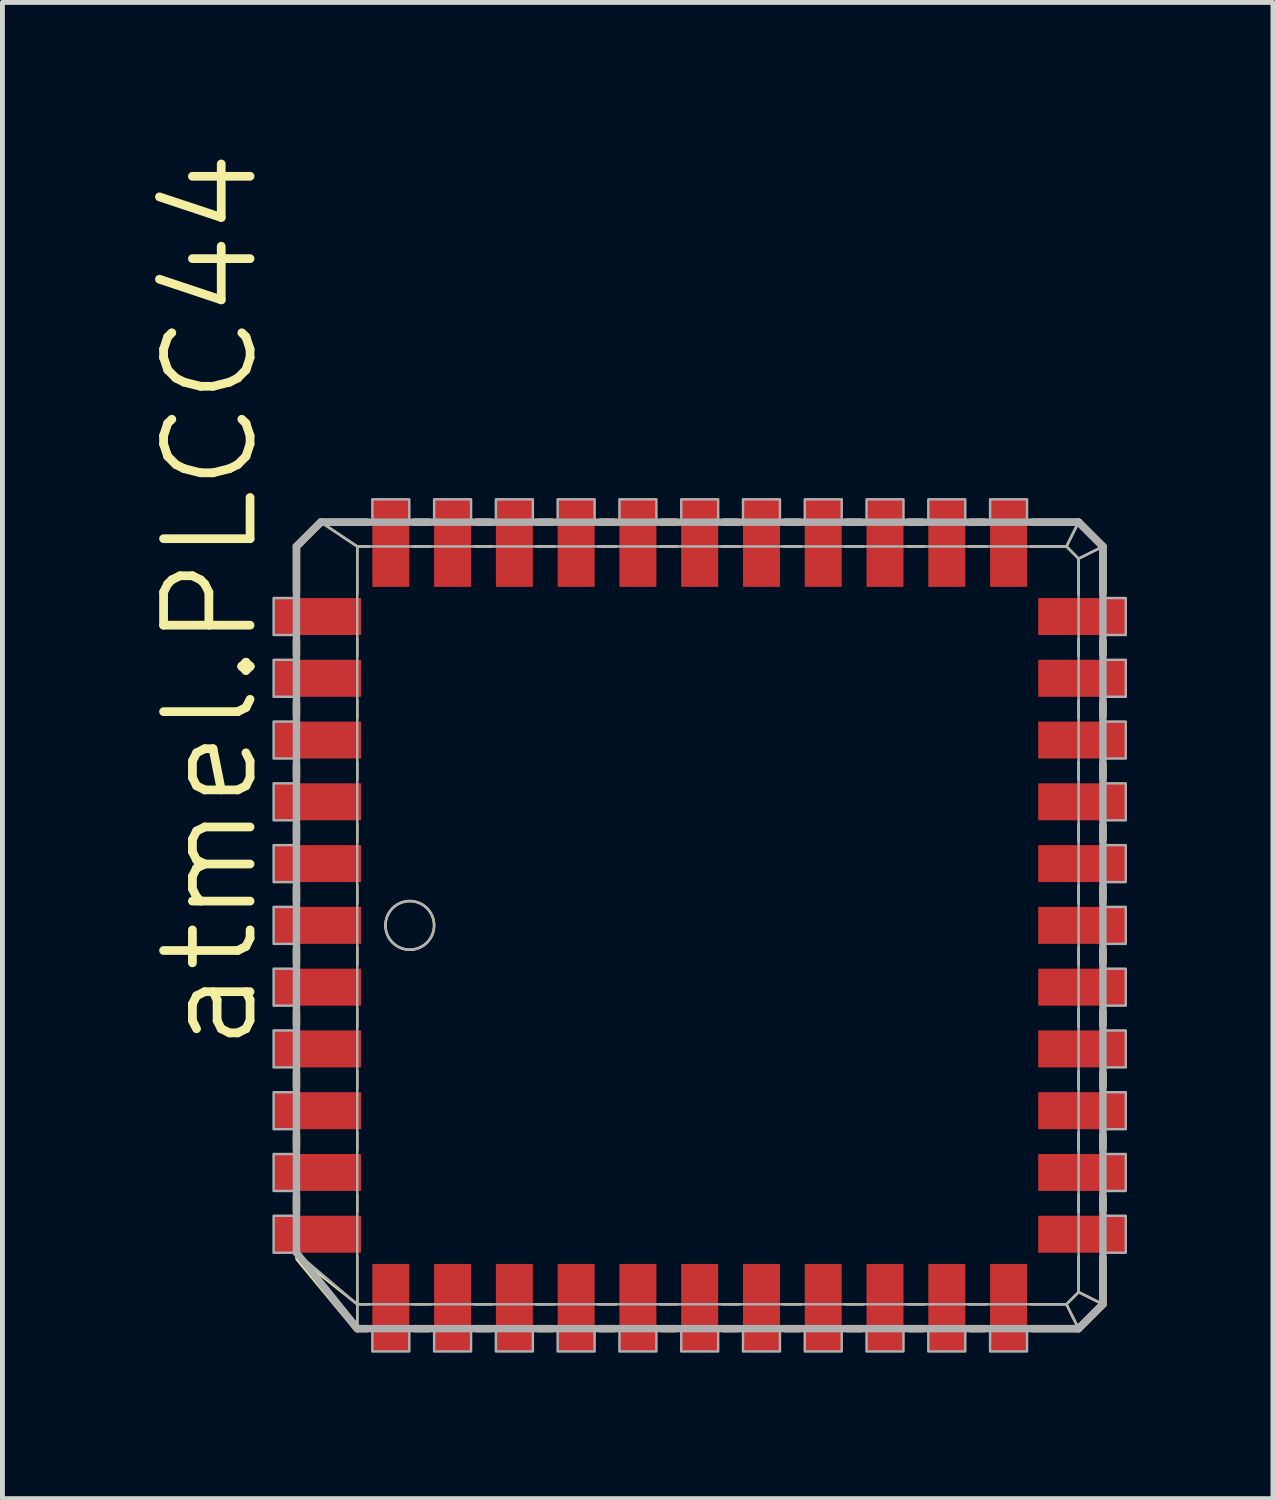
<source format=kicad_pcb>
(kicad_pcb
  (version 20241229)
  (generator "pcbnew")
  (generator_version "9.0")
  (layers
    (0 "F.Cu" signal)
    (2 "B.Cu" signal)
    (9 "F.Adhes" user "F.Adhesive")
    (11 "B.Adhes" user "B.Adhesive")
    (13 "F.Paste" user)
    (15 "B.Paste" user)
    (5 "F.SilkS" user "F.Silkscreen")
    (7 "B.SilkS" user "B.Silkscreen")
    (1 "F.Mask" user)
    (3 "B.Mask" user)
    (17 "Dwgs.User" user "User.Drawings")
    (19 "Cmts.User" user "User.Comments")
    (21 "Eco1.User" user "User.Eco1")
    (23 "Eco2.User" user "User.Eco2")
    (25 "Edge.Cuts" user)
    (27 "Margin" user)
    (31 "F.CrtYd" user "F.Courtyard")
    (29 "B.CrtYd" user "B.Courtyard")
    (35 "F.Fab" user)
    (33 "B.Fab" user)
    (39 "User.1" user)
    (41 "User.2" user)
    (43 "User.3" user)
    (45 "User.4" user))
  (footprint "atmel.PLCC44"
    (layer "F.Cu")
    (at 11.335 15.975)
    (property "Reference" "atmel.PLCC44" (at -9.017 2.667 90) (layer "F.SilkS") (effects (font (size 1.778 1.778) (thickness 0.18)) (justify left bottom)))
    (attr smd)
    (fp_line (start -8.29 -7.79) (end -7.79 -8.29) (stroke (width 0.152) (type default)) (layer "F.SilkS"))
    (fp_line (start -8.29 -6.841) (end -8.29 -7.79) (stroke (width 0.152) (type default)) (layer "F.SilkS"))
    (fp_line (start -8.29 -5.571) (end -8.29 -5.859) (stroke (width 0.152) (type default)) (layer "F.SilkS"))
    (fp_line (start -8.29 -4.301) (end -8.29 -4.589) (stroke (width 0.152) (type default)) (layer "F.SilkS"))
    (fp_line (start -8.29 -3.031) (end -8.29 -3.319) (stroke (width 0.152) (type default)) (layer "F.SilkS"))
    (fp_line (start -8.29 -1.761) (end -8.29 -2.049) (stroke (width 0.152) (type default)) (layer "F.SilkS"))
    (fp_line (start -8.29 -0.491) (end -8.29 -0.779) (stroke (width 0.152) (type default)) (layer "F.SilkS"))
    (fp_line (start -8.29 0.779) (end -8.29 0.491) (stroke (width 0.152) (type default)) (layer "F.SilkS"))
    (fp_line (start -8.29 2.049) (end -8.29 1.761) (stroke (width 0.152) (type default)) (layer "F.SilkS"))
    (fp_line (start -8.29 3.319) (end -8.29 3.031) (stroke (width 0.152) (type default)) (layer "F.SilkS"))
    (fp_line (start -8.29 4.589) (end -8.29 4.301) (stroke (width 0.152) (type default)) (layer "F.SilkS"))
    (fp_line (start -8.29 5.859) (end -8.29 5.571) (stroke (width 0.152) (type default)) (layer "F.SilkS"))
    (fp_line (start -7.79 -8.29) (end -7.04 -7.79) (stroke (width 0.051) (type default)) (layer "F.SilkS"))
    (fp_line (start -7.79 -8.29) (end -6.841 -8.29) (stroke (width 0.152) (type default)) (layer "F.SilkS"))
    (fp_line (start -7.04 -7.79) (end -6.801 -7.79) (stroke (width 0.051) (type default)) (layer "F.SilkS"))
    (fp_line (start -7.04 -6.801) (end -7.04 -7.79) (stroke (width 0.051) (type default)) (layer "F.SilkS"))
    (fp_line (start -7.04 -5.531) (end -7.04 -5.899) (stroke (width 0.051) (type default)) (layer "F.SilkS"))
    (fp_line (start -7.04 -4.261) (end -7.04 -4.629) (stroke (width 0.051) (type default)) (layer "F.SilkS"))
    (fp_line (start -7.04 -2.991) (end -7.04 -3.359) (stroke (width 0.051) (type default)) (layer "F.SilkS"))
    (fp_line (start -7.04 -1.721) (end -7.04 -2.089) (stroke (width 0.051) (type default)) (layer "F.SilkS"))
    (fp_line (start -7.04 -0.451) (end -7.04 -0.819) (stroke (width 0.051) (type default)) (layer "F.SilkS"))
    (fp_line (start -7.04 0.819) (end -7.04 0.451) (stroke (width 0.051) (type default)) (layer "F.SilkS"))
    (fp_line (start -7.04 2.089) (end -7.04 1.721) (stroke (width 0.051) (type default)) (layer "F.SilkS"))
    (fp_line (start -7.04 3.359) (end -7.04 2.991) (stroke (width 0.051) (type default)) (layer "F.SilkS"))
    (fp_line (start -7.04 4.629) (end -7.04 4.261) (stroke (width 0.051) (type default)) (layer "F.SilkS"))
    (fp_line (start -7.04 5.899) (end -7.04 5.531) (stroke (width 0.051) (type default)) (layer "F.SilkS"))
    (fp_line (start -7.04 7.79) (end -8.219 6.852) (stroke (width 0.051) (type default)) (layer "F.SilkS"))
    (fp_line (start -7.04 7.79) (end -7.04 6.801) (stroke (width 0.051) (type default)) (layer "F.SilkS"))
    (fp_line (start -7.04 8.29) (end -8.24 6.841) (stroke (width 0.152) (type default)) (layer "F.SilkS"))
    (fp_line (start -7.04 8.29) (end -7.04 7.79) (stroke (width 0.051) (type default)) (layer "F.SilkS"))
    (fp_line (start -6.841 8.29) (end -7.04 8.29) (stroke (width 0.152) (type default)) (layer "F.SilkS"))
    (fp_line (start -6.801 7.79) (end -7.04 7.79) (stroke (width 0.051) (type default)) (layer "F.SilkS"))
    (fp_line (start -5.899 -7.79) (end -5.531 -7.79) (stroke (width 0.051) (type default)) (layer "F.SilkS"))
    (fp_line (start -5.859 -8.29) (end -5.571 -8.29) (stroke (width 0.152) (type default)) (layer "F.SilkS"))
    (fp_line (start -5.571 8.29) (end -5.859 8.29) (stroke (width 0.152) (type default)) (layer "F.SilkS"))
    (fp_line (start -5.531 7.79) (end -5.899 7.79) (stroke (width 0.051) (type default)) (layer "F.SilkS"))
    (fp_line (start -4.629 -7.79) (end -4.261 -7.79) (stroke (width 0.051) (type default)) (layer "F.SilkS"))
    (fp_line (start -4.589 -8.29) (end -4.301 -8.29) (stroke (width 0.152) (type default)) (layer "F.SilkS"))
    (fp_line (start -4.301 8.29) (end -4.589 8.29) (stroke (width 0.152) (type default)) (layer "F.SilkS"))
    (fp_line (start -4.261 7.79) (end -4.629 7.79) (stroke (width 0.051) (type default)) (layer "F.SilkS"))
    (fp_line (start -3.359 -7.79) (end -2.991 -7.79) (stroke (width 0.051) (type default)) (layer "F.SilkS"))
    (fp_line (start -3.319 -8.29) (end -3.031 -8.29) (stroke (width 0.152) (type default)) (layer "F.SilkS"))
    (fp_line (start -3.031 8.29) (end -3.319 8.29) (stroke (width 0.152) (type default)) (layer "F.SilkS"))
    (fp_line (start -2.991 7.79) (end -3.359 7.79) (stroke (width 0.051) (type default)) (layer "F.SilkS"))
    (fp_line (start -2.089 -7.79) (end -1.721 -7.79) (stroke (width 0.051) (type default)) (layer "F.SilkS"))
    (fp_line (start -2.049 -8.29) (end -1.761 -8.29) (stroke (width 0.152) (type default)) (layer "F.SilkS"))
    (fp_line (start -1.761 8.29) (end -2.049 8.29) (stroke (width 0.152) (type default)) (layer "F.SilkS"))
    (fp_line (start -1.721 7.79) (end -2.089 7.79) (stroke (width 0.051) (type default)) (layer "F.SilkS"))
    (fp_line (start -0.819 -7.79) (end -0.451 -7.79) (stroke (width 0.051) (type default)) (layer "F.SilkS"))
    (fp_line (start -0.779 -8.29) (end -0.491 -8.29) (stroke (width 0.152) (type default)) (layer "F.SilkS"))
    (fp_line (start -0.491 8.29) (end -0.779 8.29) (stroke (width 0.152) (type default)) (layer "F.SilkS"))
    (fp_line (start -0.451 7.79) (end -0.819 7.79) (stroke (width 0.051) (type default)) (layer "F.SilkS"))
    (fp_line (start 0.451 -7.79) (end 0.819 -7.79) (stroke (width 0.051) (type default)) (layer "F.SilkS"))
    (fp_line (start 0.491 -8.29) (end 0.779 -8.29) (stroke (width 0.152) (type default)) (layer "F.SilkS"))
    (fp_line (start 0.779 8.29) (end 0.491 8.29) (stroke (width 0.152) (type default)) (layer "F.SilkS"))
    (fp_line (start 0.819 7.79) (end 0.451 7.79) (stroke (width 0.051) (type default)) (layer "F.SilkS"))
    (fp_line (start 1.721 -7.79) (end 2.089 -7.79) (stroke (width 0.051) (type default)) (layer "F.SilkS"))
    (fp_line (start 1.761 -8.29) (end 2.049 -8.29) (stroke (width 0.152) (type default)) (layer "F.SilkS"))
    (fp_line (start 2.049 8.29) (end 1.761 8.29) (stroke (width 0.152) (type default)) (layer "F.SilkS"))
    (fp_line (start 2.089 7.79) (end 1.721 7.79) (stroke (width 0.051) (type default)) (layer "F.SilkS"))
    (fp_line (start 2.991 -7.79) (end 3.359 -7.79) (stroke (width 0.051) (type default)) (layer "F.SilkS"))
    (fp_line (start 3.031 -8.29) (end 3.319 -8.29) (stroke (width 0.152) (type default)) (layer "F.SilkS"))
    (fp_line (start 3.319 8.29) (end 3.031 8.29) (stroke (width 0.152) (type default)) (layer "F.SilkS"))
    (fp_line (start 3.359 7.79) (end 2.991 7.79) (stroke (width 0.051) (type default)) (layer "F.SilkS"))
    (fp_line (start 4.261 -7.79) (end 4.629 -7.79) (stroke (width 0.051) (type default)) (layer "F.SilkS"))
    (fp_line (start 4.301 -8.29) (end 4.589 -8.29) (stroke (width 0.152) (type default)) (layer "F.SilkS"))
    (fp_line (start 4.589 8.29) (end 4.301 8.29) (stroke (width 0.152) (type default)) (layer "F.SilkS"))
    (fp_line (start 4.629 7.79) (end 4.261 7.79) (stroke (width 0.051) (type default)) (layer "F.SilkS"))
    (fp_line (start 5.531 -7.79) (end 5.899 -7.79) (stroke (width 0.051) (type default)) (layer "F.SilkS"))
    (fp_line (start 5.571 -8.29) (end 5.859 -8.29) (stroke (width 0.152) (type default)) (layer "F.SilkS"))
    (fp_line (start 5.859 8.29) (end 5.571 8.29) (stroke (width 0.152) (type default)) (layer "F.SilkS"))
    (fp_line (start 5.899 7.79) (end 5.531 7.79) (stroke (width 0.051) (type default)) (layer "F.SilkS"))
    (fp_line (start 6.801 -7.79) (end 7.54 -7.79) (stroke (width 0.051) (type default)) (layer "F.SilkS"))
    (fp_line (start 6.841 -8.29) (end 7.79 -8.29) (stroke (width 0.152) (type default)) (layer "F.SilkS"))
    (fp_line (start 7.54 -7.79) (end 7.79 -8.29) (stroke (width 0.051) (type default)) (layer "F.SilkS"))
    (fp_line (start 7.54 -7.79) (end 7.79 -7.54) (stroke (width 0.051) (type default)) (layer "F.SilkS"))
    (fp_line (start 7.54 7.79) (end 6.801 7.79) (stroke (width 0.051) (type default)) (layer "F.SilkS"))
    (fp_line (start 7.79 -8.29) (end 8.29 -7.79) (stroke (width 0.152) (type default)) (layer "F.SilkS"))
    (fp_line (start 7.79 -7.54) (end 7.79 -6.801) (stroke (width 0.051) (type default)) (layer "F.SilkS"))
    (fp_line (start 7.79 -7.54) (end 8.29 -7.79) (stroke (width 0.051) (type default)) (layer "F.SilkS"))
    (fp_line (start 7.79 -5.899) (end 7.79 -5.531) (stroke (width 0.051) (type default)) (layer "F.SilkS"))
    (fp_line (start 7.79 -4.629) (end 7.79 -4.261) (stroke (width 0.051) (type default)) (layer "F.SilkS"))
    (fp_line (start 7.79 -3.359) (end 7.79 -2.991) (stroke (width 0.051) (type default)) (layer "F.SilkS"))
    (fp_line (start 7.79 -2.089) (end 7.79 -1.721) (stroke (width 0.051) (type default)) (layer "F.SilkS"))
    (fp_line (start 7.79 -0.819) (end 7.79 -0.451) (stroke (width 0.051) (type default)) (layer "F.SilkS"))
    (fp_line (start 7.79 0.451) (end 7.79 0.819) (stroke (width 0.051) (type default)) (layer "F.SilkS"))
    (fp_line (start 7.79 1.721) (end 7.79 2.089) (stroke (width 0.051) (type default)) (layer "F.SilkS"))
    (fp_line (start 7.79 2.991) (end 7.79 3.359) (stroke (width 0.051) (type default)) (layer "F.SilkS"))
    (fp_line (start 7.79 4.261) (end 7.79 4.629) (stroke (width 0.051) (type default)) (layer "F.SilkS"))
    (fp_line (start 7.79 5.531) (end 7.79 5.899) (stroke (width 0.051) (type default)) (layer "F.SilkS"))
    (fp_line (start 7.79 6.801) (end 7.79 7.54) (stroke (width 0.051) (type default)) (layer "F.SilkS"))
    (fp_line (start 7.79 7.54) (end 7.54 7.79) (stroke (width 0.051) (type default)) (layer "F.SilkS"))
    (fp_line (start 7.79 8.29) (end 6.841 8.29) (stroke (width 0.152) (type default)) (layer "F.SilkS"))
    (fp_line (start 7.79 8.29) (end 7.54 7.79) (stroke (width 0.051) (type default)) (layer "F.SilkS"))
    (fp_line (start 8.29 -7.79) (end 8.29 -6.841) (stroke (width 0.152) (type default)) (layer "F.SilkS"))
    (fp_line (start 8.29 -5.859) (end 8.29 -5.571) (stroke (width 0.152) (type default)) (layer "F.SilkS"))
    (fp_line (start 8.29 -4.589) (end 8.29 -4.301) (stroke (width 0.152) (type default)) (layer "F.SilkS"))
    (fp_line (start 8.29 -3.319) (end 8.29 -3.031) (stroke (width 0.152) (type default)) (layer "F.SilkS"))
    (fp_line (start 8.29 -2.049) (end 8.29 -1.761) (stroke (width 0.152) (type default)) (layer "F.SilkS"))
    (fp_line (start 8.29 -0.779) (end 8.29 -0.491) (stroke (width 0.152) (type default)) (layer "F.SilkS"))
    (fp_line (start 8.29 0.491) (end 8.29 0.779) (stroke (width 0.152) (type default)) (layer "F.SilkS"))
    (fp_line (start 8.29 1.761) (end 8.29 2.049) (stroke (width 0.152) (type default)) (layer "F.SilkS"))
    (fp_line (start 8.29 3.031) (end 8.29 3.319) (stroke (width 0.152) (type default)) (layer "F.SilkS"))
    (fp_line (start 8.29 4.301) (end 8.29 4.589) (stroke (width 0.152) (type default)) (layer "F.SilkS"))
    (fp_line (start 8.29 5.571) (end 8.29 5.859) (stroke (width 0.152) (type default)) (layer "F.SilkS"))
    (fp_line (start 8.29 6.841) (end 8.29 7.79) (stroke (width 0.152) (type default)) (layer "F.SilkS"))
    (fp_line (start 8.29 7.79) (end 7.79 7.54) (stroke (width 0.051) (type default)) (layer "F.SilkS"))
    (fp_line (start 8.29 7.79) (end 7.79 8.29) (stroke (width 0.152) (type default)) (layer "F.SilkS"))
    (fp_circle (center -5.96 0) (end -5.46 0) (stroke (width 0.051) (type default)) (fill no) (layer "F.SilkS"))
    (fp_line (start -8.29 -7.79) (end -7.79 -8.29) (stroke (width 0.152) (type default)) (layer "F.Fab"))
    (fp_line (start -8.29 6.73) (end -8.29 -7.79) (stroke (width 0.152) (type default)) (layer "F.Fab"))
    (fp_line (start -7.79 -8.29) (end -7.04 -7.79) (stroke (width 0.051) (type default)) (layer "F.Fab"))
    (fp_line (start -7.79 -8.29) (end 7.79 -8.29) (stroke (width 0.152) (type default)) (layer "F.Fab"))
    (fp_line (start -7.04 -7.79) (end 7.54 -7.79) (stroke (width 0.051) (type default)) (layer "F.Fab"))
    (fp_line (start -7.04 7.79) (end -8.29 6.73) (stroke (width 0.051) (type default)) (layer "F.Fab"))
    (fp_line (start -7.04 7.79) (end -7.04 -7.79) (stroke (width 0.051) (type default)) (layer "F.Fab"))
    (fp_line (start -7.04 8.29) (end -8.29 6.73) (stroke (width 0.152) (type default)) (layer "F.Fab"))
    (fp_line (start -7.04 8.29) (end -7.04 7.79) (stroke (width 0.051) (type default)) (layer "F.Fab"))
    (fp_line (start 7.54 -7.79) (end 7.79 -8.29) (stroke (width 0.051) (type default)) (layer "F.Fab"))
    (fp_line (start 7.54 -7.79) (end 7.79 -7.54) (stroke (width 0.051) (type default)) (layer "F.Fab"))
    (fp_line (start 7.54 7.79) (end -7.04 7.79) (stroke (width 0.051) (type default)) (layer "F.Fab"))
    (fp_line (start 7.79 -8.29) (end 8.29 -7.79) (stroke (width 0.152) (type default)) (layer "F.Fab"))
    (fp_line (start 7.79 -7.54) (end 7.79 7.54) (stroke (width 0.051) (type default)) (layer "F.Fab"))
    (fp_line (start 7.79 -7.54) (end 8.29 -7.79) (stroke (width 0.051) (type default)) (layer "F.Fab"))
    (fp_line (start 7.79 7.54) (end 7.54 7.79) (stroke (width 0.051) (type default)) (layer "F.Fab"))
    (fp_line (start 7.79 8.29) (end -7.04 8.29) (stroke (width 0.152) (type default)) (layer "F.Fab"))
    (fp_line (start 7.79 8.29) (end 7.54 7.79) (stroke (width 0.051) (type default)) (layer "F.Fab"))
    (fp_line (start 8.29 -7.79) (end 8.29 7.79) (stroke (width 0.152) (type default)) (layer "F.Fab"))
    (fp_line (start 8.29 7.79) (end 7.79 7.54) (stroke (width 0.051) (type default)) (layer "F.Fab"))
    (fp_line (start 8.29 7.79) (end 7.79 8.29) (stroke (width 0.152) (type default)) (layer "F.Fab"))
    (fp_rect (start -8.76 -5.97) (end -8.29 -6.73) (stroke (width 0.05) (type default)) (fill no) (layer "F.Fab"))
    (fp_rect (start -8.76 -4.7) (end -8.29 -5.46) (stroke (width 0.05) (type default)) (fill no) (layer "F.Fab"))
    (fp_rect (start -8.76 -3.43) (end -8.29 -4.19) (stroke (width 0.05) (type default)) (fill no) (layer "F.Fab"))
    (fp_rect (start -8.76 -2.16) (end -8.29 -2.92) (stroke (width 0.05) (type default)) (fill no) (layer "F.Fab"))
    (fp_rect (start -8.76 -0.89) (end -8.29 -1.65) (stroke (width 0.05) (type default)) (fill no) (layer "F.Fab"))
    (fp_rect (start -8.76 0.38) (end -8.29 -0.38) (stroke (width 0.05) (type default)) (fill no) (layer "F.Fab"))
    (fp_rect (start -8.76 1.65) (end -8.29 0.89) (stroke (width 0.05) (type default)) (fill no) (layer "F.Fab"))
    (fp_rect (start -8.76 2.92) (end -8.29 2.16) (stroke (width 0.05) (type default)) (fill no) (layer "F.Fab"))
    (fp_rect (start -8.76 4.19) (end -8.29 3.43) (stroke (width 0.05) (type default)) (fill no) (layer "F.Fab"))
    (fp_rect (start -8.76 5.46) (end -8.29 4.7) (stroke (width 0.05) (type default)) (fill no) (layer "F.Fab"))
    (fp_rect (start -8.76 6.73) (end -8.29 5.97) (stroke (width 0.05) (type default)) (fill no) (layer "F.Fab"))
    (fp_rect (start -6.73 -8.29) (end -5.97 -8.76) (stroke (width 0.05) (type default)) (fill no) (layer "F.Fab"))
    (fp_rect (start -6.73 8.76) (end -5.97 8.29) (stroke (width 0.05) (type default)) (fill no) (layer "F.Fab"))
    (fp_rect (start -5.46 -8.29) (end -4.7 -8.76) (stroke (width 0.05) (type default)) (fill no) (layer "F.Fab"))
    (fp_rect (start -5.46 8.76) (end -4.7 8.29) (stroke (width 0.05) (type default)) (fill no) (layer "F.Fab"))
    (fp_rect (start -4.19 -8.29) (end -3.43 -8.76) (stroke (width 0.05) (type default)) (fill no) (layer "F.Fab"))
    (fp_rect (start -4.19 8.76) (end -3.43 8.29) (stroke (width 0.05) (type default)) (fill no) (layer "F.Fab"))
    (fp_rect (start -2.92 -8.29) (end -2.16 -8.76) (stroke (width 0.05) (type default)) (fill no) (layer "F.Fab"))
    (fp_rect (start -2.92 8.76) (end -2.16 8.29) (stroke (width 0.05) (type default)) (fill no) (layer "F.Fab"))
    (fp_rect (start -1.65 -8.29) (end -0.89 -8.76) (stroke (width 0.05) (type default)) (fill no) (layer "F.Fab"))
    (fp_rect (start -1.65 8.76) (end -0.89 8.29) (stroke (width 0.05) (type default)) (fill no) (layer "F.Fab"))
    (fp_rect (start -0.38 -8.29) (end 0.38 -8.76) (stroke (width 0.05) (type default)) (fill no) (layer "F.Fab"))
    (fp_rect (start -0.38 8.76) (end 0.38 8.29) (stroke (width 0.05) (type default)) (fill no) (layer "F.Fab"))
    (fp_rect (start 0.89 -8.29) (end 1.65 -8.76) (stroke (width 0.05) (type default)) (fill no) (layer "F.Fab"))
    (fp_rect (start 0.89 8.76) (end 1.65 8.29) (stroke (width 0.05) (type default)) (fill no) (layer "F.Fab"))
    (fp_rect (start 2.16 -8.29) (end 2.92 -8.76) (stroke (width 0.05) (type default)) (fill no) (layer "F.Fab"))
    (fp_rect (start 2.16 8.76) (end 2.92 8.29) (stroke (width 0.05) (type default)) (fill no) (layer "F.Fab"))
    (fp_rect (start 3.43 -8.29) (end 4.19 -8.76) (stroke (width 0.05) (type default)) (fill no) (layer "F.Fab"))
    (fp_rect (start 3.43 8.76) (end 4.19 8.29) (stroke (width 0.05) (type default)) (fill no) (layer "F.Fab"))
    (fp_rect (start 4.7 -8.29) (end 5.46 -8.76) (stroke (width 0.05) (type default)) (fill no) (layer "F.Fab"))
    (fp_rect (start 4.7 8.76) (end 5.46 8.29) (stroke (width 0.05) (type default)) (fill no) (layer "F.Fab"))
    (fp_rect (start 5.97 -8.29) (end 6.73 -8.76) (stroke (width 0.05) (type default)) (fill no) (layer "F.Fab"))
    (fp_rect (start 5.97 8.76) (end 6.73 8.29) (stroke (width 0.05) (type default)) (fill no) (layer "F.Fab"))
    (fp_rect (start 8.29 -5.97) (end 8.76 -6.73) (stroke (width 0.05) (type default)) (fill no) (layer "F.Fab"))
    (fp_rect (start 8.29 -4.7) (end 8.76 -5.46) (stroke (width 0.05) (type default)) (fill no) (layer "F.Fab"))
    (fp_rect (start 8.29 -3.43) (end 8.76 -4.19) (stroke (width 0.05) (type default)) (fill no) (layer "F.Fab"))
    (fp_rect (start 8.29 -2.16) (end 8.76 -2.92) (stroke (width 0.05) (type default)) (fill no) (layer "F.Fab"))
    (fp_rect (start 8.29 -0.89) (end 8.76 -1.65) (stroke (width 0.05) (type default)) (fill no) (layer "F.Fab"))
    (fp_rect (start 8.29 0.38) (end 8.76 -0.38) (stroke (width 0.05) (type default)) (fill no) (layer "F.Fab"))
    (fp_rect (start 8.29 1.65) (end 8.76 0.89) (stroke (width 0.05) (type default)) (fill no) (layer "F.Fab"))
    (fp_rect (start 8.29 2.92) (end 8.76 2.16) (stroke (width 0.05) (type default)) (fill no) (layer "F.Fab"))
    (fp_rect (start 8.29 4.19) (end 8.76 3.43) (stroke (width 0.05) (type default)) (fill no) (layer "F.Fab"))
    (fp_rect (start 8.29 5.46) (end 8.76 4.7) (stroke (width 0.05) (type default)) (fill no) (layer "F.Fab"))
    (fp_rect (start 8.29 6.73) (end 8.76 5.97) (stroke (width 0.05) (type default)) (fill no) (layer "F.Fab"))
    (fp_circle (center -5.96 0) (end -5.46 0) (stroke (width 0.051) (type default)) (fill no) (layer "F.Fab"))
    (pad "1" smd roundrect (at -7.86 0) (size 1.8 0.76) (layers "F.Cu" "F.Mask" "F.Paste") (roundrect_rratio 0.01))
    (pad "2" smd roundrect (at -7.86 1.27) (size 1.8 0.76) (layers "F.Cu" "F.Mask" "F.Paste") (roundrect_rratio 0.01))
    (pad "3" smd roundrect (at -7.86 2.54) (size 1.8 0.76) (layers "F.Cu" "F.Mask" "F.Paste") (roundrect_rratio 0.01))
    (pad "4" smd roundrect (at -7.86 3.81) (size 1.8 0.76) (layers "F.Cu" "F.Mask" "F.Paste") (roundrect_rratio 0.01))
    (pad "5" smd roundrect (at -7.86 5.08) (size 1.8 0.76) (layers "F.Cu" "F.Mask" "F.Paste") (roundrect_rratio 0.01))
    (pad "6" smd roundrect (at -7.86 6.35) (size 1.8 0.76) (layers "F.Cu" "F.Mask" "F.Paste") (roundrect_rratio 0.01))
    (pad "7" smd roundrect (at -6.35 7.86) (size 0.76 1.8) (layers "F.Cu" "F.Mask" "F.Paste") (roundrect_rratio 0.01))
    (pad "8" smd roundrect (at -5.08 7.86) (size 0.76 1.8) (layers "F.Cu" "F.Mask" "F.Paste") (roundrect_rratio 0.01))
    (pad "9" smd roundrect (at -3.81 7.86) (size 0.76 1.8) (layers "F.Cu" "F.Mask" "F.Paste") (roundrect_rratio 0.01))
    (pad "10" smd roundrect (at -2.54 7.86) (size 0.76 1.8) (layers "F.Cu" "F.Mask" "F.Paste") (roundrect_rratio 0.01))
    (pad "11" smd roundrect (at -1.27 7.86) (size 0.76 1.8) (layers "F.Cu" "F.Mask" "F.Paste") (roundrect_rratio 0.01))
    (pad "12" smd roundrect (at 0 7.86) (size 0.76 1.8) (layers "F.Cu" "F.Mask" "F.Paste") (roundrect_rratio 0.01))
    (pad "13" smd roundrect (at 1.27 7.86) (size 0.76 1.8) (layers "F.Cu" "F.Mask" "F.Paste") (roundrect_rratio 0.01))
    (pad "14" smd roundrect (at 2.54 7.86) (size 0.76 1.8) (layers "F.Cu" "F.Mask" "F.Paste") (roundrect_rratio 0.01))
    (pad "15" smd roundrect (at 3.81 7.86) (size 0.76 1.8) (layers "F.Cu" "F.Mask" "F.Paste") (roundrect_rratio 0.01))
    (pad "16" smd roundrect (at 5.08 7.86) (size 0.76 1.8) (layers "F.Cu" "F.Mask" "F.Paste") (roundrect_rratio 0.01))
    (pad "17" smd roundrect (at 6.35 7.86) (size 0.76 1.8) (layers "F.Cu" "F.Mask" "F.Paste") (roundrect_rratio 0.01))
    (pad "18" smd roundrect (at 7.86 6.35) (size 1.8 0.76) (layers "F.Cu" "F.Mask" "F.Paste") (roundrect_rratio 0.01))
    (pad "19" smd roundrect (at 7.86 5.08) (size 1.8 0.76) (layers "F.Cu" "F.Mask" "F.Paste") (roundrect_rratio 0.01))
    (pad "20" smd roundrect (at 7.86 3.81) (size 1.8 0.76) (layers "F.Cu" "F.Mask" "F.Paste") (roundrect_rratio 0.01))
    (pad "21" smd roundrect (at 7.86 2.54) (size 1.8 0.76) (layers "F.Cu" "F.Mask" "F.Paste") (roundrect_rratio 0.01))
    (pad "22" smd roundrect (at 7.86 1.27) (size 1.8 0.76) (layers "F.Cu" "F.Mask" "F.Paste") (roundrect_rratio 0.01))
    (pad "23" smd roundrect (at 7.86 0) (size 1.8 0.76) (layers "F.Cu" "F.Mask" "F.Paste") (roundrect_rratio 0.01))
    (pad "24" smd roundrect (at 7.86 -1.27) (size 1.8 0.76) (layers "F.Cu" "F.Mask" "F.Paste") (roundrect_rratio 0.01))
    (pad "25" smd roundrect (at 7.86 -2.54) (size 1.8 0.76) (layers "F.Cu" "F.Mask" "F.Paste") (roundrect_rratio 0.01))
    (pad "26" smd roundrect (at 7.86 -3.81) (size 1.8 0.76) (layers "F.Cu" "F.Mask" "F.Paste") (roundrect_rratio 0.01))
    (pad "27" smd roundrect (at 7.86 -5.08) (size 1.8 0.76) (layers "F.Cu" "F.Mask" "F.Paste") (roundrect_rratio 0.01))
    (pad "28" smd roundrect (at 7.86 -6.35) (size 1.8 0.76) (layers "F.Cu" "F.Mask" "F.Paste") (roundrect_rratio 0.01))
    (pad "29" smd roundrect (at 6.35 -7.86) (size 0.76 1.8) (layers "F.Cu" "F.Mask" "F.Paste") (roundrect_rratio 0.01))
    (pad "30" smd roundrect (at 5.08 -7.86) (size 0.76 1.8) (layers "F.Cu" "F.Mask" "F.Paste") (roundrect_rratio 0.01))
    (pad "31" smd roundrect (at 3.81 -7.86) (size 0.76 1.8) (layers "F.Cu" "F.Mask" "F.Paste") (roundrect_rratio 0.01))
    (pad "32" smd roundrect (at 2.54 -7.86) (size 0.76 1.8) (layers "F.Cu" "F.Mask" "F.Paste") (roundrect_rratio 0.01))
    (pad "33" smd roundrect (at 1.27 -7.86) (size 0.76 1.8) (layers "F.Cu" "F.Mask" "F.Paste") (roundrect_rratio 0.01))
    (pad "34" smd roundrect (at 0 -7.86) (size 0.76 1.8) (layers "F.Cu" "F.Mask" "F.Paste") (roundrect_rratio 0.01))
    (pad "35" smd roundrect (at -1.27 -7.86) (size 0.76 1.8) (layers "F.Cu" "F.Mask" "F.Paste") (roundrect_rratio 0.01))
    (pad "36" smd roundrect (at -2.54 -7.86) (size 0.76 1.8) (layers "F.Cu" "F.Mask" "F.Paste") (roundrect_rratio 0.01))
    (pad "37" smd roundrect (at -3.81 -7.86) (size 0.76 1.8) (layers "F.Cu" "F.Mask" "F.Paste") (roundrect_rratio 0.01))
    (pad "38" smd roundrect (at -5.08 -7.86) (size 0.76 1.8) (layers "F.Cu" "F.Mask" "F.Paste") (roundrect_rratio 0.01))
    (pad "39" smd roundrect (at -6.35 -7.86) (size 0.76 1.8) (layers "F.Cu" "F.Mask" "F.Paste") (roundrect_rratio 0.01))
    (pad "40" smd roundrect (at -7.86 -6.35) (size 1.8 0.76) (layers "F.Cu" "F.Mask" "F.Paste") (roundrect_rratio 0.01))
    (pad "41" smd roundrect (at -7.86 -5.08) (size 1.8 0.76) (layers "F.Cu" "F.Mask" "F.Paste") (roundrect_rratio 0.01))
    (pad "42" smd roundrect (at -7.86 -3.81) (size 1.8 0.76) (layers "F.Cu" "F.Mask" "F.Paste") (roundrect_rratio 0.01))
    (pad "43" smd roundrect (at -7.86 -2.54) (size 1.8 0.76) (layers "F.Cu" "F.Mask" "F.Paste") (roundrect_rratio 0.01))
    (pad "44" smd roundrect (at -7.86 -1.27) (size 1.8 0.76) (layers "F.Cu" "F.Mask" "F.Paste") (roundrect_rratio 0.01)))
  (gr_rect
    (start -3 -3)
    (end 23.12 27.76)
    (stroke (width 0.1) (type default))
    (fill no)
    (layer "Edge.Cuts")))
</source>
